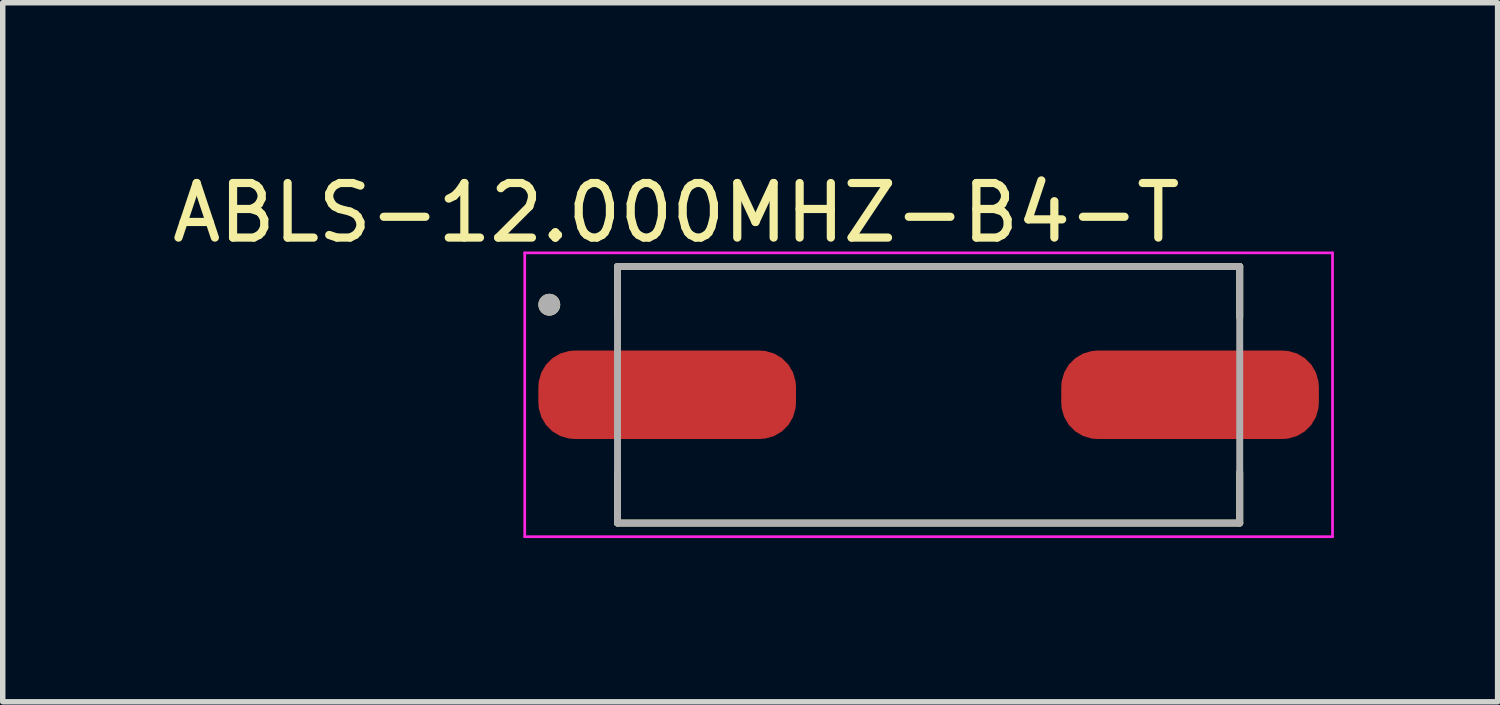
<source format=kicad_pcb>
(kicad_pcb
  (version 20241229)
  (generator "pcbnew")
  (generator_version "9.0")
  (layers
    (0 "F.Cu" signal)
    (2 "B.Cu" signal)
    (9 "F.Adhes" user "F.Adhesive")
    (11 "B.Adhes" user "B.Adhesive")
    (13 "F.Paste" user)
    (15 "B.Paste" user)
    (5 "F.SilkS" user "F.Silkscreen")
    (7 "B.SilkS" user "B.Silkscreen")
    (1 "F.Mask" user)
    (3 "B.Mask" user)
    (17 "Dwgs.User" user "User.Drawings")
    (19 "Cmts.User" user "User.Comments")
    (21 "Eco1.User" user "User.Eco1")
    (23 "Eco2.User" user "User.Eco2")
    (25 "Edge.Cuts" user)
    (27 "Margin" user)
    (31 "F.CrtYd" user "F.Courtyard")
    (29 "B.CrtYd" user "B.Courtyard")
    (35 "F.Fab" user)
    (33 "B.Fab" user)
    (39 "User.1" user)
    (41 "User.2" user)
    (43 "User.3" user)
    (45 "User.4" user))
  (footprint "ABLS-12.000MHZ-B4-T"
    (layer "F.Cu")
    (at 13.964 4.183)
    (property "Reference" "ABLS-12.000MHZ-B4-T" (at -4.625 -3.335 0) (layer "F.SilkS") (effects (font (size 1 1) (thickness 0.15))))
    (attr through_hole)
    (fp_line (start -5.7 -2.35) (end 5.7 -2.35) (stroke (width 0.127) (type solid)) (layer "F.SilkS"))
    (fp_line (start -5.7 -1.42) (end -5.7 -2.35) (stroke (width 0.127) (type solid)) (layer "F.SilkS"))
    (fp_line (start -5.7 1.42) (end -5.7 2.35) (stroke (width 0.127) (type solid)) (layer "F.SilkS"))
    (fp_line (start -5.7 2.35) (end 5.7 2.35) (stroke (width 0.127) (type solid)) (layer "F.SilkS"))
    (fp_line (start 5.7 -2.35) (end 5.7 -1.42) (stroke (width 0.127) (type solid)) (layer "F.SilkS"))
    (fp_line (start 5.7 2.35) (end 5.7 1.42) (stroke (width 0.127) (type solid)) (layer "F.SilkS"))
    (fp_circle (center -6.95 -1.65) (end -6.85 -1.65) (stroke (width 0.2) (type solid)) (fill no) (layer "F.SilkS"))
    (fp_line (start -7.4 -2.6) (end 7.4 -2.6) (stroke (width 0.05) (type solid)) (layer "F.CrtYd"))
    (fp_line (start -7.4 2.6) (end -7.4 -2.6) (stroke (width 0.05) (type solid)) (layer "F.CrtYd"))
    (fp_line (start 7.4 -2.6) (end 7.4 2.6) (stroke (width 0.05) (type solid)) (layer "F.CrtYd"))
    (fp_line (start 7.4 2.6) (end -7.4 2.6) (stroke (width 0.05) (type solid)) (layer "F.CrtYd"))
    (fp_line (start -5.7 -2.35) (end 5.7 -2.35) (stroke (width 0.127) (type solid)) (layer "F.Fab"))
    (fp_line (start -5.7 2.35) (end -5.7 -2.35) (stroke (width 0.127) (type solid)) (layer "F.Fab"))
    (fp_line (start 5.7 -2.35) (end 5.7 2.35) (stroke (width 0.127) (type solid)) (layer "F.Fab"))
    (fp_line (start 5.7 2.35) (end -5.7 2.35) (stroke (width 0.127) (type solid)) (layer "F.Fab"))
    (fp_circle (center -6.95 -1.65) (end -6.85 -1.65) (stroke (width 0.2) (type solid)) (fill no) (layer "F.Fab"))
    (pad "1" smd roundrect (at -4.79 0) (size 4.72 1.62) (layers "F.Cu" "F.Mask" "F.Paste") (roundrect_rratio 0.41))
    (pad "2" smd roundrect (at 4.79 0) (size 4.72 1.62) (layers "F.Cu" "F.Mask" "F.Paste") (roundrect_rratio 0.41)))
  (gr_rect
    (start -3 -3)
    (end 24.389 9.808)
    (stroke (width 0.1) (type default))
    (fill no)
    (layer "Edge.Cuts")))
</source>
